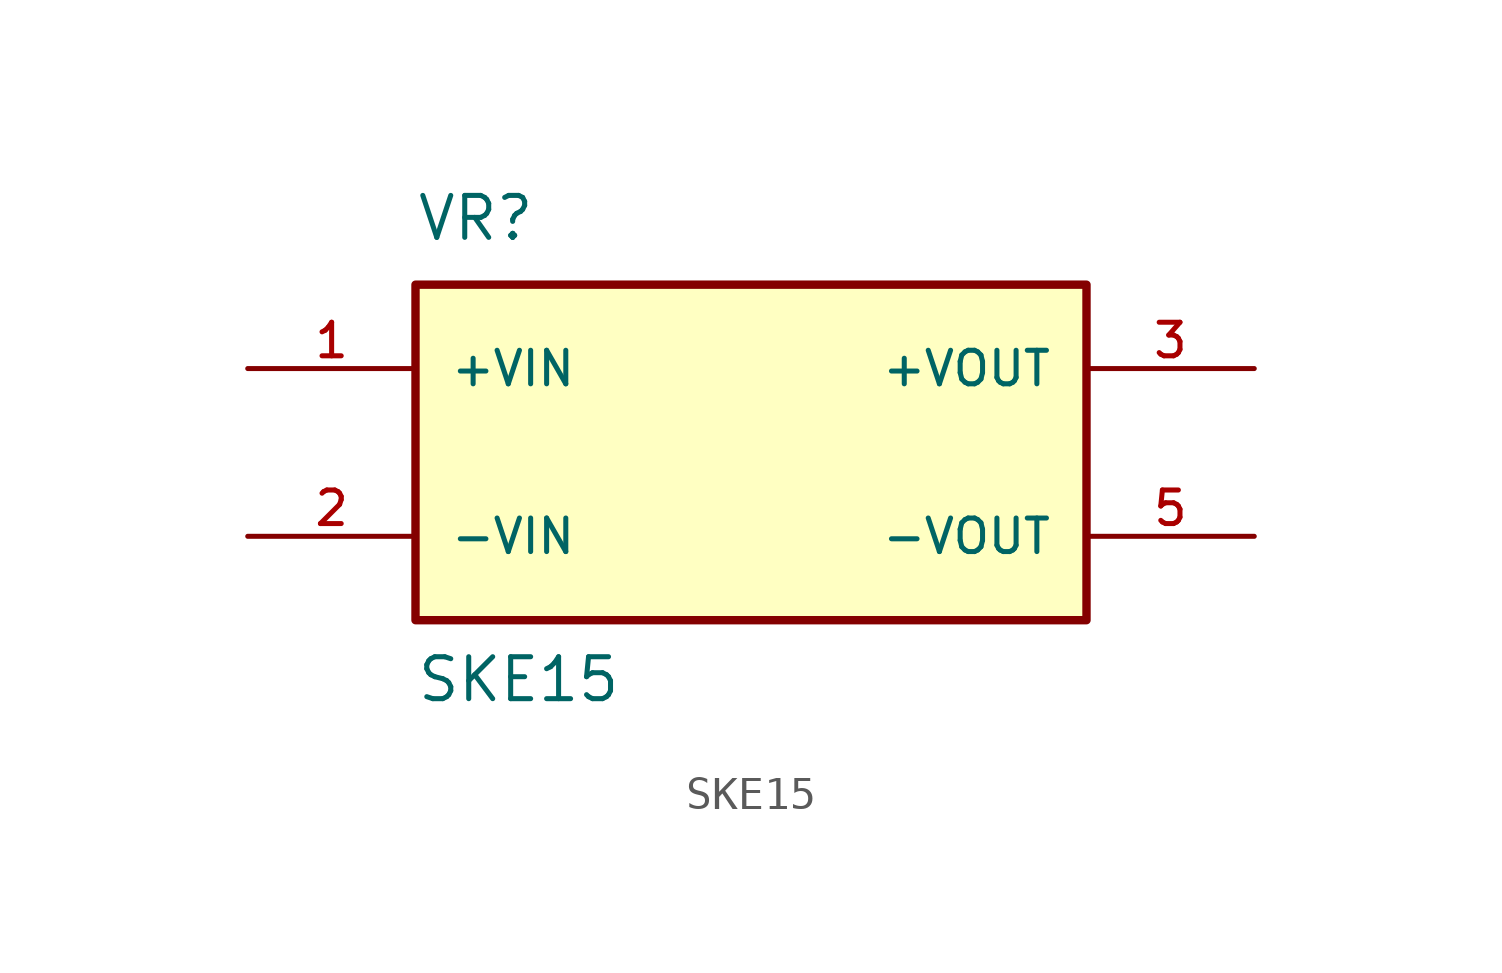
<source format=kicad_sym>
(kicad_symbol_lib
  (version 20211014)
  (generator kicad_symbol_editor)
  (symbol "SKE15"
    (pin_names
      (offset 1.016))
    (property "Reference" "VR"
      (at -10.16 6.35 0)
      (effects (font (size 1.27 1.27)) (justify bottom left)))
    (property "Value" "SKE15"
      (at -10.16 -7.62 0)
      (effects (font (size 1.27 1.27)) (justify bottom left)))
    (symbol "SKE15_0_0"
      (rectangle (start -10.16 -5.08) (end 10.16 5.08) (stroke (width 0.254)) (fill (type background)))
      (pin input line (at -15.24 2.54 0) (length 5.08) (name "+VIN" (effects (font (size 1.016 1.016)))) (number "1" (effects (font (size 1.016 1.016)))))
      (pin input line (at -15.24 -2.54 0) (length 5.08) (name "-VIN" (effects (font (size 1.016 1.016)))) (number "2" (effects (font (size 1.016 1.016)))))
      (pin output line (at 15.24 2.54 180.0) (length 5.08) (name "+VOUT" (effects (font (size 1.016 1.016)))) (number "3" (effects (font (size 1.016 1.016)))))
      (pin output line (at 15.24 -2.54 180.0) (length 5.08) (name "-VOUT" (effects (font (size 1.016 1.016)))) (number "5" (effects (font (size 1.016 1.016))))))))
</source>
